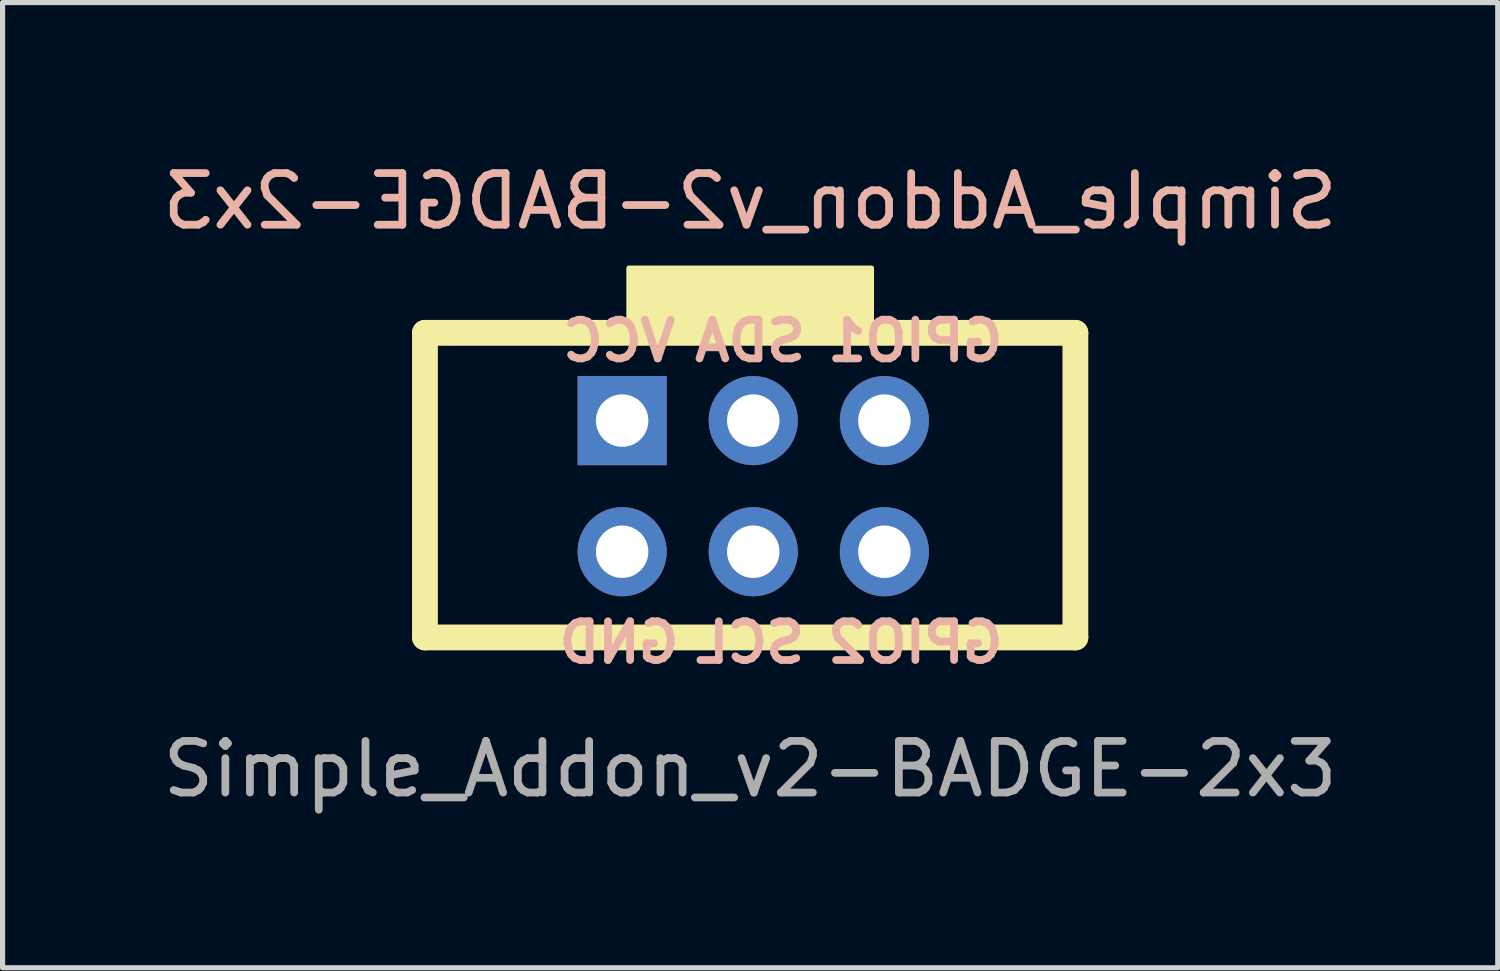
<source format=kicad_pcb>
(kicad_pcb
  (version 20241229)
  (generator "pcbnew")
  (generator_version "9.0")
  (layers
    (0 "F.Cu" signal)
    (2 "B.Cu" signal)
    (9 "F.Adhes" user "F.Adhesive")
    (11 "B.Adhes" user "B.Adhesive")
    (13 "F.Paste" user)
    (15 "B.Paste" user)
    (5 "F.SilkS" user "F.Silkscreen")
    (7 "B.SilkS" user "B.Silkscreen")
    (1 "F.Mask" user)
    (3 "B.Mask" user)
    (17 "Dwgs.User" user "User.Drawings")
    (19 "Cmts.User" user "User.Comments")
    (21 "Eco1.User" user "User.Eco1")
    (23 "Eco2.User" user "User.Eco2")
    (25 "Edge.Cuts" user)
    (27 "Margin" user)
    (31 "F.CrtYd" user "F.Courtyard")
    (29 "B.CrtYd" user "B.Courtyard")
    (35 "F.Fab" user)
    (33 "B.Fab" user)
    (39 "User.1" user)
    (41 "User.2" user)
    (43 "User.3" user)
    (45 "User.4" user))
  (footprint "Simple_Addon_v2-BADGE-2x3"
    (layer "F.Cu")
    (at 11.482 6.348)
    (property "Reference" "Simple_Addon_v2-BADGE-2x3" (at 0 -5.5 0) (layer "B.SilkS") (effects (font (size 1 1) (thickness 0.15)) (justify mirror)))
    (attr through_hole)
    (fp_line (start -6.3 -2.95) (end 6.3 -2.95) (stroke (width 0.5) (type solid)) (layer "F.SilkS"))
    (fp_line (start -6.3 2.95) (end -6.3 -2.95) (stroke (width 0.5) (type solid)) (layer "F.SilkS"))
    (fp_line (start 6.3 -2.95) (end 6.3 2.95) (stroke (width 0.5) (type solid)) (layer "F.SilkS"))
    (fp_line (start 6.3 2.95) (end -6.3 2.95) (stroke (width 0.5) (type solid)) (layer "F.SilkS"))
    (fp_poly (pts (xy 2.349 -3.061) (xy -2.349 -3.061) (xy -2.349 -4.204) (xy 2.349 -4.204)) (stroke (width 0.1) (type solid)) (fill yes) (layer "F.SilkS"))
    (fp_text user "SDA" (at 0 -2.794 0) (layer "B.SilkS") (effects (font (size 0.75 0.75) (thickness 0.15)) (justify mirror)))
    (fp_text user "VCC" (at -2.54 -2.794 0) (layer "B.SilkS") (effects (font (size 0.75 0.75) (thickness 0.15)) (justify mirror)))
    (fp_text user "GPIO2" (at 3.2 3.048 0) (layer "B.SilkS") (effects (font (size 0.75 0.75) (thickness 0.15)) (justify mirror)))
    (fp_text user "SCL" (at 0 3.048 0) (layer "B.SilkS") (effects (font (size 0.75 0.75) (thickness 0.15)) (justify mirror)))
    (fp_text user "GPIO1" (at 3.2 -2.794 0) (layer "B.SilkS") (effects (font (size 0.75 0.75) (thickness 0.15)) (justify mirror)))
    (fp_text user "GND" (at -2.54 3.048 0) (layer "B.SilkS") (effects (font (size 0.75 0.75) (thickness 0.15)) (justify mirror)))
    (fp_text user "${REFERENCE}" (at 0 5.5 0) (layer "F.Fab") (effects (font (size 1 1) (thickness 0.15))))
    (pad "1" thru_hole rect (at -2.48 -1.25 270) (size 1.727 1.727) (drill 1.016) (layers "*.Cu" "*.Mask"))
    (pad "2" thru_hole circle (at -2.48 1.29 270) (size 1.727 1.727) (drill 1.016) (layers "*.Cu" "*.Mask"))
    (pad "3" thru_hole oval (at 0.06 -1.25 270) (size 1.727 1.727) (drill 1.016) (layers "*.Cu" "*.Mask"))
    (pad "4" thru_hole oval (at 0.06 1.29 270) (size 1.727 1.727) (drill 1.016) (layers "*.Cu" "*.Mask"))
    (pad "5" thru_hole circle (at 2.6 -1.25 270) (size 1.727 1.727) (drill 1.016) (layers "*.Cu" "*.Mask"))
    (pad "6" thru_hole circle (at 2.6 1.29 270) (size 1.727 1.727) (drill 1.016) (layers "*.Cu" "*.Mask")))
  (gr_rect
    (start -3 -3)
    (end 25.964 15.697)
    (stroke (width 0.1) (type default))
    (fill no)
    (layer "Edge.Cuts")))
</source>
